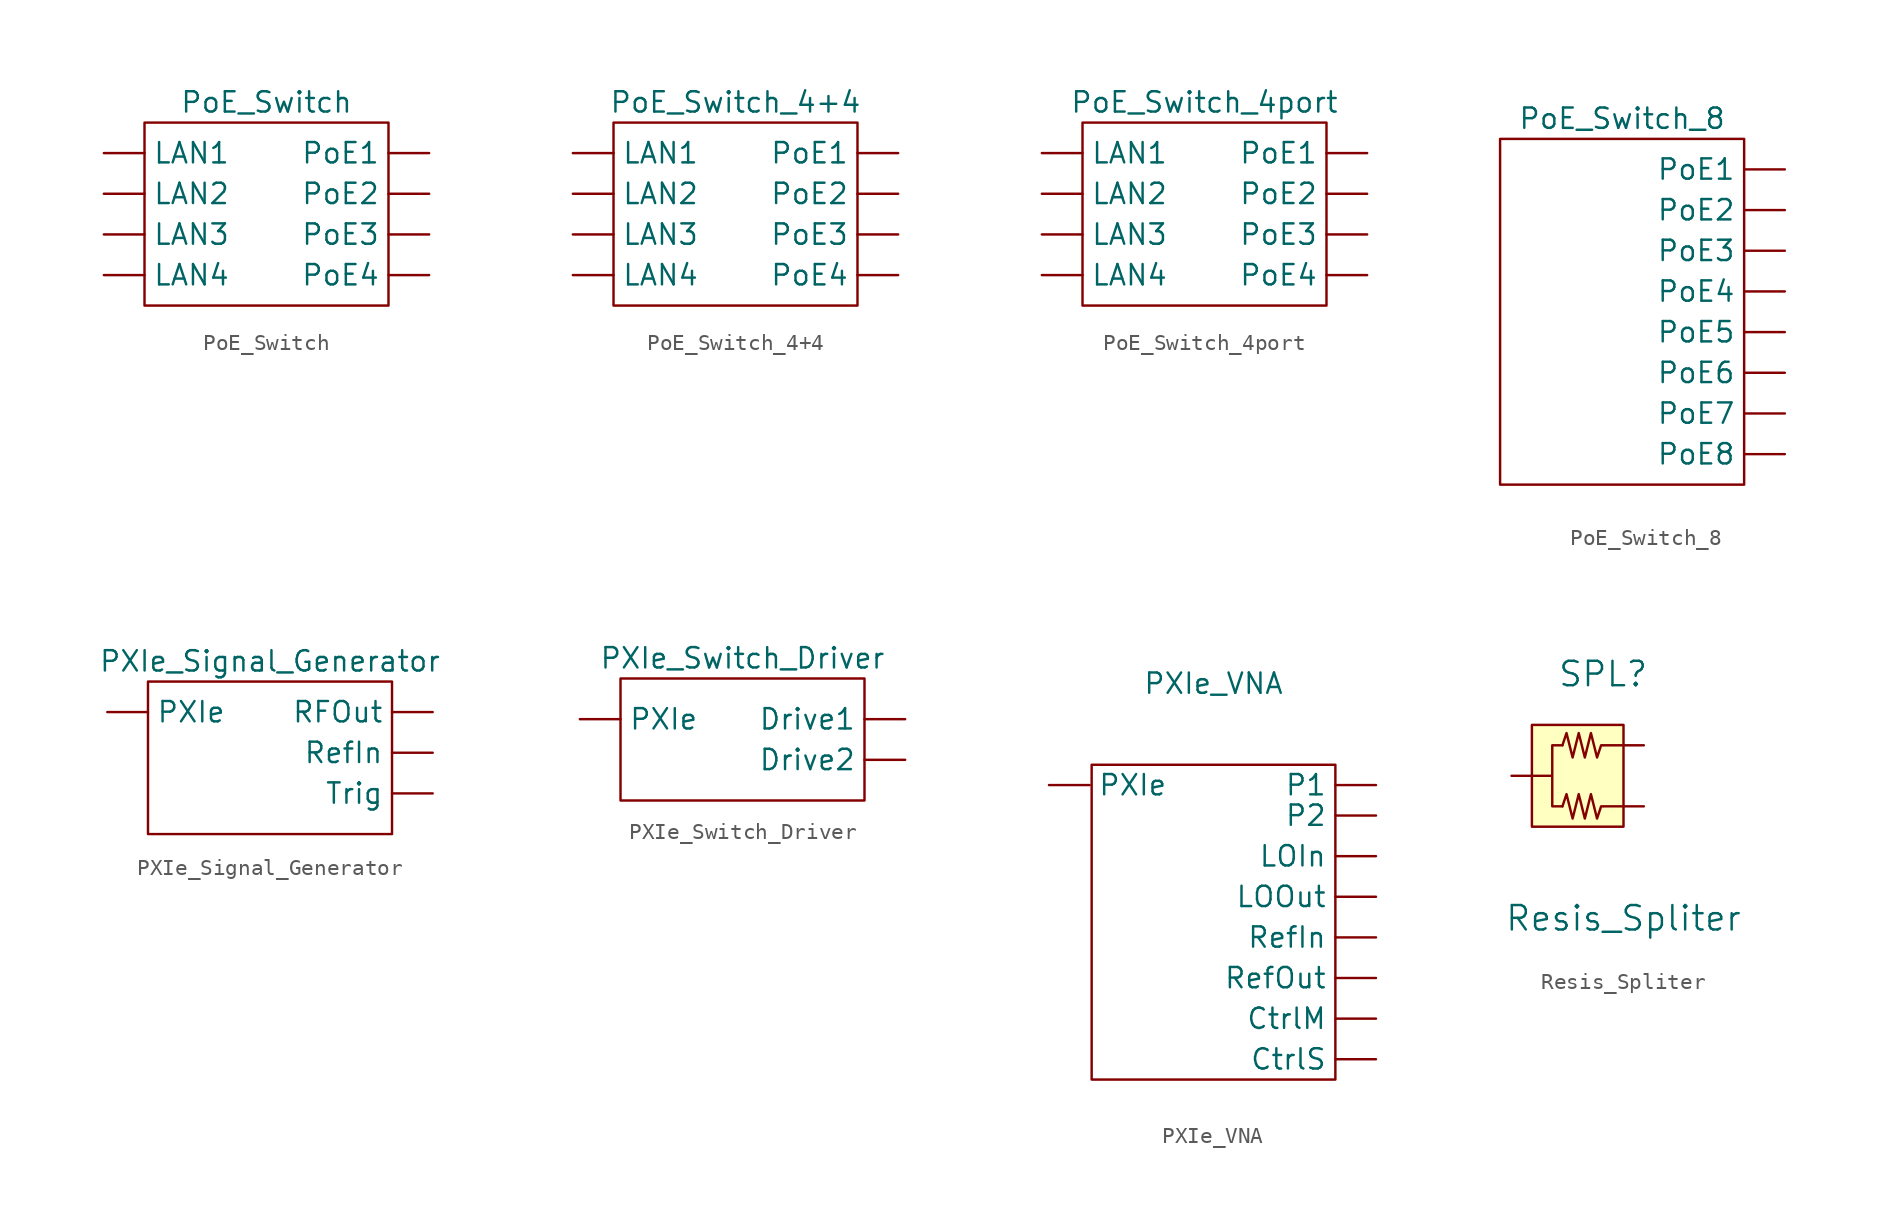
<source format=kicad_sym>
(kicad_symbol_lib
  (version 20211014)
  (generator kicad_symbol_editor)
  (symbol "PoE_Switch"
    (property "Reference" "U"
      (at 0 5.08 0)
      (effects (font (size 1.27 1.27)) hide))
    (property "Value" "PoE_Switch"
      (at 0 3.175 0)
      (effects (font (size 1.27 1.27))))
    (symbol "PoE_Switch_0_1"
      (rectangle (start -7.62 1.905) (end 7.62 -9.525) (stroke (width 0) (type default) (color 0 0 0 0)) (fill (type none))))
    (symbol "PoE_Switch_1_1"
      (pin bidirectional line (at -10.16 0 0) (length 2.54) (name "LAN1" (effects (font (size 1.27 1.27)))) (number "" (effects (font (size 1.27 1.27)))))
      (pin bidirectional line (at -10.16 -2.54 0) (length 2.54) (name "LAN2" (effects (font (size 1.27 1.27)))) (number "" (effects (font (size 1.27 1.27)))))
      (pin bidirectional line (at -10.16 -5.08 0) (length 2.54) (name "LAN3" (effects (font (size 1.27 1.27)))) (number "" (effects (font (size 1.27 1.27)))))
      (pin bidirectional line (at -10.16 -7.62 0) (length 2.54) (name "LAN4" (effects (font (size 1.27 1.27)))) (number "" (effects (font (size 1.27 1.27)))))
      (pin bidirectional line (at 10.16 0 180) (length 2.54) (name "PoE1" (effects (font (size 1.27 1.27)))) (number "" (effects (font (size 1.27 1.27)))))
      (pin bidirectional line (at 10.16 -2.54 180) (length 2.54) (name "PoE2" (effects (font (size 1.27 1.27)))) (number "" (effects (font (size 1.27 1.27)))))
      (pin bidirectional line (at 10.16 -5.08 180) (length 2.54) (name "PoE3" (effects (font (size 1.27 1.27)))) (number "" (effects (font (size 1.27 1.27)))))
      (pin bidirectional line (at 10.16 -7.62 180) (length 2.54) (name "PoE4" (effects (font (size 1.27 1.27)))) (number "" (effects (font (size 1.27 1.27)))))))
  (symbol "PoE_Switch_4+4"
    (property "Reference" "U"
      (at 0 5.08 0)
      (effects (font (size 1.27 1.27)) hide))
    (property "Value" "PoE_Switch_4+4"
      (at 0 3.175 0)
      (effects (font (size 1.27 1.27))))
    (symbol "PoE_Switch_4+4_0_1"
      (rectangle (start -7.62 1.905) (end 7.62 -9.525) (stroke (width 0) (type default) (color 0 0 0 0)) (fill (type none))))
    (symbol "PoE_Switch_4+4_1_1"
      (pin bidirectional line (at -10.16 0 0) (length 2.54) (name "LAN1" (effects (font (size 1.27 1.27)))) (number "" (effects (font (size 1.27 1.27)))))
      (pin bidirectional line (at -10.16 -2.54 0) (length 2.54) (name "LAN2" (effects (font (size 1.27 1.27)))) (number "" (effects (font (size 1.27 1.27)))))
      (pin bidirectional line (at -10.16 -5.08 0) (length 2.54) (name "LAN3" (effects (font (size 1.27 1.27)))) (number "" (effects (font (size 1.27 1.27)))))
      (pin bidirectional line (at -10.16 -7.62 0) (length 2.54) (name "LAN4" (effects (font (size 1.27 1.27)))) (number "" (effects (font (size 1.27 1.27)))))
      (pin bidirectional line (at 10.16 0 180) (length 2.54) (name "PoE1" (effects (font (size 1.27 1.27)))) (number "" (effects (font (size 1.27 1.27)))))
      (pin bidirectional line (at 10.16 -2.54 180) (length 2.54) (name "PoE2" (effects (font (size 1.27 1.27)))) (number "" (effects (font (size 1.27 1.27)))))
      (pin bidirectional line (at 10.16 -5.08 180) (length 2.54) (name "PoE3" (effects (font (size 1.27 1.27)))) (number "" (effects (font (size 1.27 1.27)))))
      (pin bidirectional line (at 10.16 -7.62 180) (length 2.54) (name "PoE4" (effects (font (size 1.27 1.27)))) (number "" (effects (font (size 1.27 1.27)))))))
  (symbol "PoE_Switch_4port"
    (property "Reference" "U"
      (at 0 5.08 0)
      (effects (font (size 1.27 1.27)) hide))
    (property "Value" "PoE_Switch_4port"
      (at 0 3.175 0)
      (effects (font (size 1.27 1.27))))
    (symbol "PoE_Switch_4port_0_1"
      (rectangle (start -7.62 1.905) (end 7.62 -9.525) (stroke (width 0) (type default) (color 0 0 0 0)) (fill (type none))))
    (symbol "PoE_Switch_4port_1_1"
      (pin bidirectional line (at -10.16 0 0) (length 2.54) (name "LAN1" (effects (font (size 1.27 1.27)))) (number "" (effects (font (size 1.27 1.27)))))
      (pin bidirectional line (at -10.16 -2.54 0) (length 2.54) (name "LAN2" (effects (font (size 1.27 1.27)))) (number "" (effects (font (size 1.27 1.27)))))
      (pin bidirectional line (at -10.16 -5.08 0) (length 2.54) (name "LAN3" (effects (font (size 1.27 1.27)))) (number "" (effects (font (size 1.27 1.27)))))
      (pin bidirectional line (at -10.16 -7.62 0) (length 2.54) (name "LAN4" (effects (font (size 1.27 1.27)))) (number "" (effects (font (size 1.27 1.27)))))
      (pin bidirectional line (at 10.16 0 180) (length 2.54) (name "PoE1" (effects (font (size 1.27 1.27)))) (number "" (effects (font (size 1.27 1.27)))))
      (pin bidirectional line (at 10.16 -2.54 180) (length 2.54) (name "PoE2" (effects (font (size 1.27 1.27)))) (number "" (effects (font (size 1.27 1.27)))))
      (pin bidirectional line (at 10.16 -5.08 180) (length 2.54) (name "PoE3" (effects (font (size 1.27 1.27)))) (number "" (effects (font (size 1.27 1.27)))))
      (pin bidirectional line (at 10.16 -7.62 180) (length 2.54) (name "PoE4" (effects (font (size 1.27 1.27)))) (number "" (effects (font (size 1.27 1.27)))))))
  (symbol "PoE_Switch_8"
    (property "Reference" "U"
      (at 0 5.08 0)
      (effects (font (size 1.27 1.27)) hide))
    (property "Value" "PoE_Switch_8"
      (at 0 3.175 0)
      (effects (font (size 1.27 1.27))))
    (symbol "PoE_Switch_8_0_1"
      (rectangle (start -7.62 1.905) (end 7.62 -19.685) (stroke (width 0) (type default) (color 0 0 0 0)) (fill (type none))))
    (symbol "PoE_Switch_8_1_1"
      (pin bidirectional line (at 10.16 0 180) (length 2.54) (name "PoE1" (effects (font (size 1.27 1.27)))) (number "" (effects (font (size 1.27 1.27)))))
      (pin bidirectional line (at 10.16 -2.54 180) (length 2.54) (name "PoE2" (effects (font (size 1.27 1.27)))) (number "" (effects (font (size 1.27 1.27)))))
      (pin bidirectional line (at 10.16 -5.08 180) (length 2.54) (name "PoE3" (effects (font (size 1.27 1.27)))) (number "" (effects (font (size 1.27 1.27)))))
      (pin bidirectional line (at 10.16 -7.62 180) (length 2.54) (name "PoE4" (effects (font (size 1.27 1.27)))) (number "" (effects (font (size 1.27 1.27)))))
      (pin bidirectional line (at 10.16 -10.16 180) (length 2.54) (name "PoE5" (effects (font (size 1.27 1.27)))) (number "" (effects (font (size 1.27 1.27)))))
      (pin bidirectional line (at 10.16 -12.7 180) (length 2.54) (name "PoE6" (effects (font (size 1.27 1.27)))) (number "" (effects (font (size 1.27 1.27)))))
      (pin bidirectional line (at 10.16 -15.24 180) (length 2.54) (name "PoE7" (effects (font (size 1.27 1.27)))) (number "" (effects (font (size 1.27 1.27)))))
      (pin bidirectional line (at 10.16 -17.78 180) (length 2.54) (name "PoE8" (effects (font (size 1.27 1.27)))) (number "" (effects (font (size 1.27 1.27)))))))
  (symbol "PXIe_Signal_Generator"
    (property "Reference" "U"
      (at 0 5.08 0)
      (effects (font (size 1.27 1.27)) hide))
    (property "Value" "PXIe_Signal_Generator"
      (at 0 3.175 0)
      (effects (font (size 1.27 1.27))))
    (symbol "PXIe_Signal_Generator_0_1"
      (rectangle (start -7.62 1.905) (end 7.62 -7.62) (stroke (width 0) (type default) (color 0 0 0 0)) (fill (type none))))
    (symbol "PXIe_Signal_Generator_1_1"
      (pin bidirectional line (at -10.16 0 0) (length 2.54) (name "PXIe" (effects (font (size 1.27 1.27)))) (number "" (effects (font (size 1.27 1.27)))))
      (pin output line (at 10.16 0 180) (length 2.54) (name "RFOut" (effects (font (size 1.27 1.27)))) (number "" (effects (font (size 1.27 1.27)))))
      (pin input line (at 10.16 -2.54 180) (length 2.54) (name "RefIn" (effects (font (size 1.27 1.27)))) (number "" (effects (font (size 1.27 1.27)))))
      (pin bidirectional line (at 10.16 -5.08 180) (length 2.54) (name "Trig" (effects (font (size 1.27 1.27)))) (number "" (effects (font (size 1.27 1.27)))))))
  (symbol "PXIe_Switch_Driver"
    (property "Reference" "U"
      (at 0 5.715 0)
      (effects (font (size 1.27 1.27)) hide))
    (property "Value" "PXIe_Switch_Driver"
      (at 0 3.81 0)
      (effects (font (size 1.27 1.27))))
    (symbol "PXIe_Switch_Driver_0_1"
      (rectangle (start -7.62 2.54) (end 7.62 -5.08) (stroke (width 0) (type default) (color 0 0 0 0)) (fill (type none))))
    (symbol "PXIe_Switch_Driver_1_1"
      (pin input line (at 10.16 0 180) (length 2.54) (name "Drive1" (effects (font (size 1.27 1.27)))) (number "" (effects (font (size 1.27 1.27)))))
      (pin input line (at 10.16 -2.54 180) (length 2.54) (name "Drive2" (effects (font (size 1.27 1.27)))) (number "" (effects (font (size 1.27 1.27)))))
      (pin input line (at -10.16 0 0) (length 2.54) (name "PXIe" (effects (font (size 1.27 1.27)))) (number "" (effects (font (size 1.27 1.27)))))))
  (symbol "PXIe_VNA"
    (property "Reference" "U"
      (at 0 12.7 0)
      (effects (font (size 1.27 1.27)) hide))
    (property "Value" "PXIe_VNA"
      (at 0 6.35 0)
      (effects (font (size 1.27 1.27))))
    (symbol "PXIe_VNA_0_1"
      (rectangle (start -7.62 1.27) (end 7.62 -18.415) (stroke (width 0) (type default) (color 0 0 0 0)) (fill (type none))))
    (symbol "PXIe_VNA_1_1"
      (pin input line (at 10.16 -14.605 180) (length 2.54) (name "CtrlM" (effects (font (size 1.27 1.27)))) (number "" (effects (font (size 1.27 1.27)))))
      (pin output line (at 10.16 -17.145 180) (length 2.54) (name "CtrlS" (effects (font (size 1.27 1.27)))) (number "" (effects (font (size 1.27 1.27)))))
      (pin input line (at 10.16 -4.445 180) (length 2.54) (name "LOIn" (effects (font (size 1.27 1.27)))) (number "" (effects (font (size 1.27 1.27)))))
      (pin output line (at 10.16 -6.985 180) (length 2.54) (name "LOOut" (effects (font (size 1.27 1.27)))) (number "" (effects (font (size 1.27 1.27)))))
      (pin bidirectional line (at 10.16 0 180) (length 2.54) (name "P1" (effects (font (size 1.27 1.27)))) (number "" (effects (font (size 1.27 1.27)))))
      (pin bidirectional line (at 10.16 -1.905 180) (length 2.54) (name "P2" (effects (font (size 1.27 1.27)))) (number "" (effects (font (size 1.27 1.27)))))
      (pin input line (at -10.287 0 0) (length 2.54) (name "PXIe" (effects (font (size 1.27 1.27)))) (number "" (effects (font (size 1.27 1.27)))))
      (pin input line (at 10.16 -9.525 180) (length 2.54) (name "RefIn" (effects (font (size 1.27 1.27)))) (number "" (effects (font (size 1.27 1.27)))))
      (pin output line (at 10.16 -12.065 180) (length 2.54) (name "RefOut" (effects (font (size 1.27 1.27)))) (number "" (effects (font (size 1.27 1.27)))))))
  (symbol "Resis_Spliter"
    (pin_names
      (offset 1.016))
    (property "Reference" "SPL"
      (at -1.27 6.35 0)
      (effects (font (size 1.524 1.524))))
    (property "Value" "Resis_Spliter"
      (at 0 -8.89 0)
      (effects (font (size 1.524 1.524))))
    (property "Footprint" ""
      (at 1.27 1.27 0)
      (effects (font (size 1.524 1.524))))
    (property "Datasheet" ""
      (at 1.27 1.27 0)
      (effects (font (size 1.524 1.524))))
    (symbol "Resis_Spliter_0_1"
      (rectangle (start -5.715 3.175) (end 0 -3.175) (stroke (width 0) (type default) (color 0 0 0 0)) (fill (type background)))
      (polyline (pts (xy -3.81 1.905) (xy -4.445 1.905) (xy -4.445 0) (xy -4.445 -1.905) (xy -3.81 -1.905)) (stroke (width 0) (type default) (color 0 0 0 0)) (fill (type none)))
      (polyline (pts (xy -3.81 -1.905) (xy -3.556 -1.143) (xy -3.175 -2.667) (xy -2.794 -1.143) (xy -2.413 -2.667) (xy -2.032 -1.143) (xy -1.651 -2.667) (xy -1.397 -1.905) (xy -1.27 -1.905)) (stroke (width 0) (type default) (color 0 0 0 0)) (fill (type none)))
      (polyline (pts (xy -3.81 1.905) (xy -3.556 2.667) (xy -3.175 1.143) (xy -2.794 2.667) (xy -2.413 1.143) (xy -2.032 2.667) (xy -1.651 1.143) (xy -1.397 1.905) (xy -1.27 1.905)) (stroke (width 0) (type default) (color 0 0 0 0)) (fill (type none))))
    (symbol "Resis_Spliter_1_1"
      (pin input line (at -6.985 0 0) (length 2.489) (name "" (effects (font (size 1.27 1.27)))) (number "" (effects (font (size 1.27 1.27)))))
      (pin input line (at 1.27 -1.905 180) (length 2.489) (name "" (effects (font (size 1.27 1.27)))) (number "" (effects (font (size 1.27 1.27)))))
      (pin input line (at 1.27 1.905 180) (length 2.489) (name "" (effects (font (size 1.27 1.27)))) (number "" (effects (font (size 1.27 1.27))))))))
</source>
